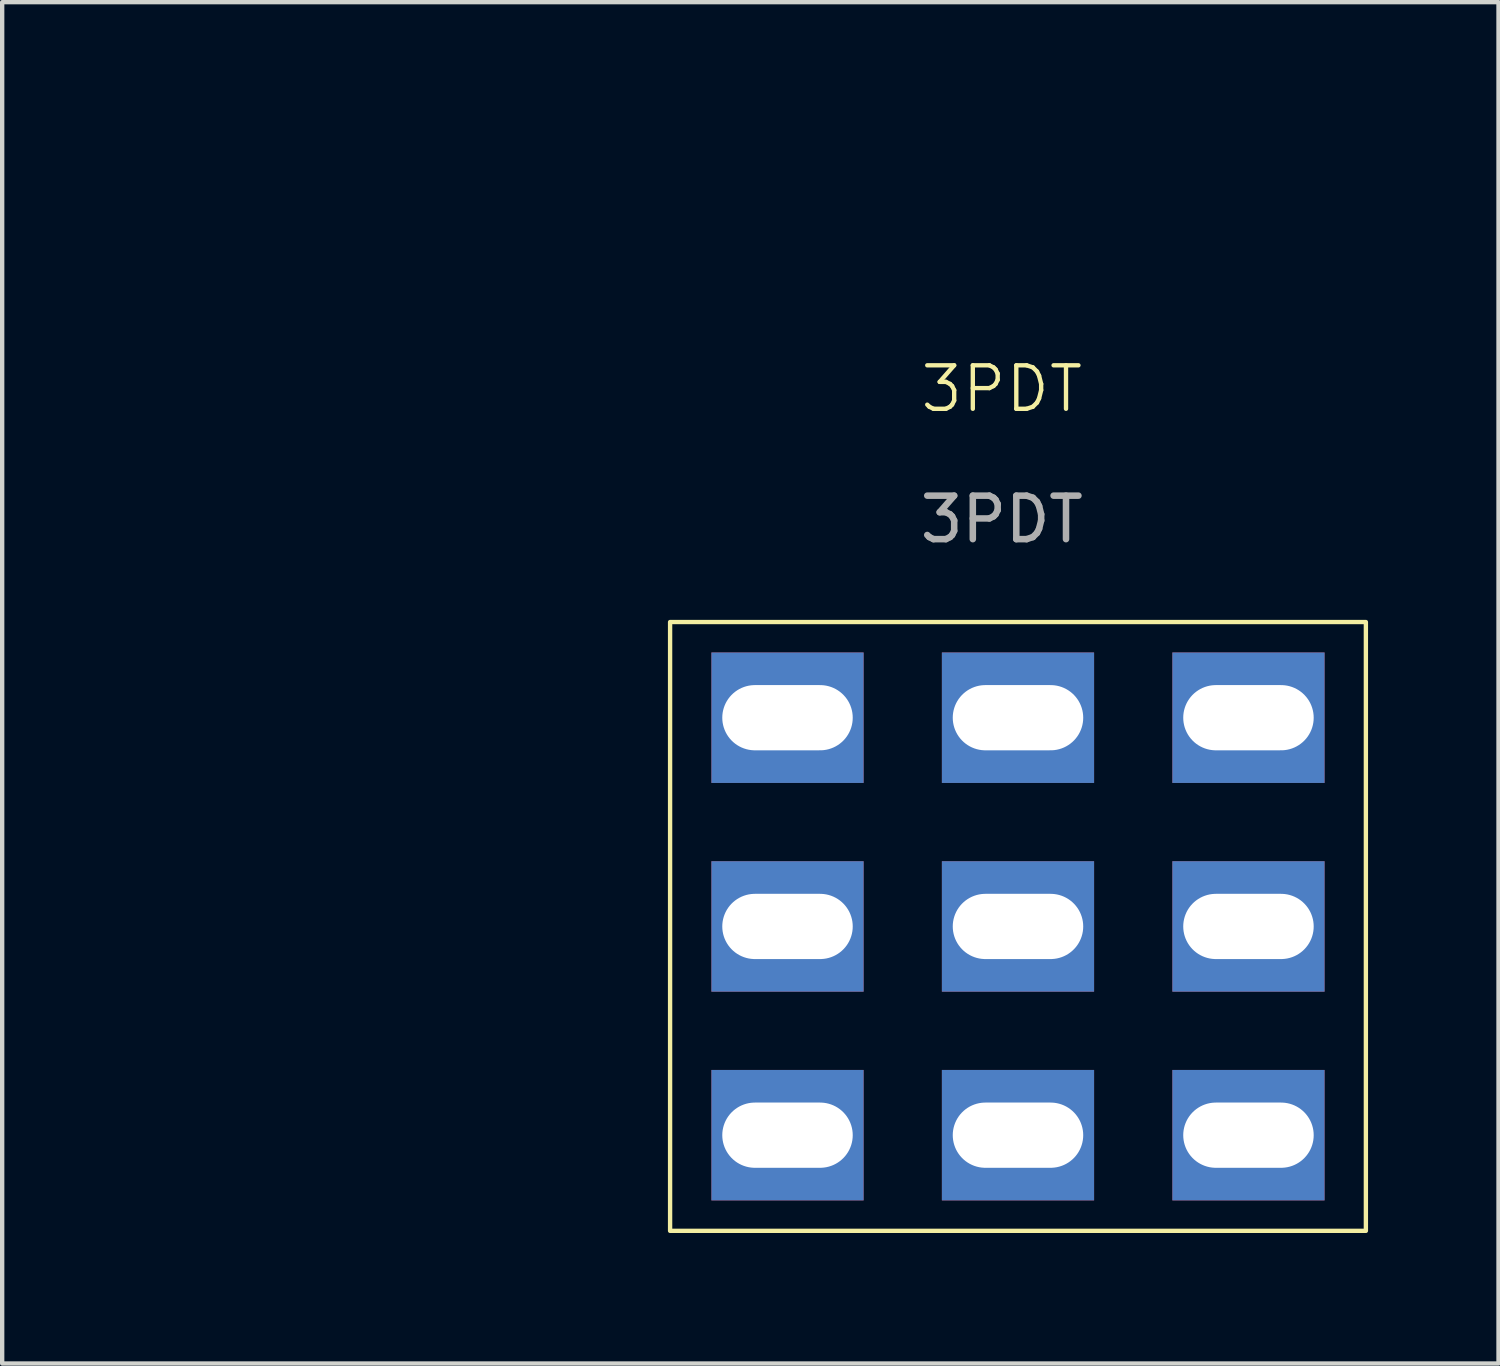
<source format=kicad_pcb>
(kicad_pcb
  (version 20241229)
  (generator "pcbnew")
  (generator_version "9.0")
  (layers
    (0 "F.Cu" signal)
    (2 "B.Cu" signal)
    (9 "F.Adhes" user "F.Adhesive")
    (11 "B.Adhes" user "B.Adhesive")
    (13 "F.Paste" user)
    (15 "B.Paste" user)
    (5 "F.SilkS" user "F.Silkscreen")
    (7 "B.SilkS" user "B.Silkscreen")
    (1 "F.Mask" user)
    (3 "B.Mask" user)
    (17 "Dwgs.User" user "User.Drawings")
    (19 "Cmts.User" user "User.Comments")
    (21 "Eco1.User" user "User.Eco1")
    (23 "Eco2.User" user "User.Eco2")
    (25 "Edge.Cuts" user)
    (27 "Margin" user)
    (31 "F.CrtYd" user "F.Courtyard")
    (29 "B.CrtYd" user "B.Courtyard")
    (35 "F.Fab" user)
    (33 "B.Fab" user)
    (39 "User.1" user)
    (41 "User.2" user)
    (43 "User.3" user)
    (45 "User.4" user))
  (footprint "3PDT"
    (layer "F.Cu")
    (at 20.359 18.254)
    (property "Reference" "3PDT" (at -0.372 -12.361 0) (unlocked yes) (layer "F.SilkS") (effects (font (size 1 1) (thickness 0.1))))
    (attr smd)
    (fp_rect (start -8 -7) (end 8 7) (stroke (width 0.1) (type default)) (fill no) (layer "F.SilkS"))
    (fp_text user "${REFERENCE}" (at -0.372 -9.361 0) (unlocked yes) (layer "F.Fab") (effects (font (size 1 1) (thickness 0.15))))
    (dimension (type aligned) (layer "User.1") (pts (xy 13.809 12.254) (xy 13.809 24.854)) (height 7.725) (format (prefix "") (suffix "") (units 3) (units_format 1) (precision 4)) (style (thickness 0.1) (arrow_length 1.27) (text_position_mode 0) (arrow_direction outward) (extension_height 0.586) (extension_offset 0.5) (keep_text_aligned yes)) (gr_text "12.6000 mm" (at 4.935 18.554 90) (layer "User.1") (effects (font (size 1 1) (thickness 0.15)))))
    (dimension (type aligned) (layer "User.1") (pts (xy 15.559 13.754) (xy 26.159 13.754)) (height -8.911) (format (prefix "") (suffix "") (units 3) (units_format 1) (precision 4)) (style (thickness 0.1) (arrow_length 1.27) (text_position_mode 0) (arrow_direction outward) (extension_height 0.586) (extension_offset 0.5) (keep_text_aligned yes)) (gr_text "10.6000 mm" (at 20.859 3.693 0) (layer "User.1") (effects (font (size 1 1) (thickness 0.15)))))
    (dimension (type aligned) (layer "User.1") (pts (xy 13.809 13.754) (xy 13.809 23.354)) (height 5.642) (format (prefix "") (suffix "") (units 3) (units_format 1) (precision 4)) (style (thickness 0.1) (arrow_length 1.27) (text_position_mode 0) (arrow_direction outward) (extension_height 0.586) (extension_offset 0.5) (keep_text_aligned yes)) (gr_text "9.6000 mm" (at 7.017 18.554 90) (layer "User.1") (effects (font (size 1 1) (thickness 0.15)))))
    (dimension (type aligned) (layer "User.1") (pts (xy 27.909 13.754) (xy 13.809 13.754)) (height 11.756) (format (prefix "") (suffix "") (units 3) (units_format 1) (precision 4)) (style (thickness 0.1) (arrow_length 1.27) (text_position_mode 0) (arrow_direction outward) (extension_height 0.586) (extension_offset 0.5) (keep_text_aligned yes)) (gr_text "14.1000 mm" (at 20.859 0.848 0) (layer "User.1") (effects (font (size 1 1) (thickness 0.15)))))
    (pad "1" thru_hole rect (at -5.3 4.8) (size 3.5 3) (drill oval 3 1.5) (layers "*.Cu" "*.Mask"))
    (pad "2" thru_hole rect (at -5.3 0) (size 3.5 3) (drill oval 3 1.5) (layers "*.Cu" "*.Mask"))
    (pad "3" thru_hole rect (at -5.3 -4.8) (size 3.5 3) (drill oval 3 1.5) (layers "*.Cu" "*.Mask"))
    (pad "4" thru_hole rect (at 0 4.8) (size 3.5 3) (drill oval 3 1.5) (layers "*.Cu" "*.Mask"))
    (pad "5" thru_hole rect (at 0 0) (size 3.5 3) (drill oval 3 1.5) (layers "*.Cu" "*.Mask"))
    (pad "6" thru_hole rect (at 0 -4.8) (size 3.5 3) (drill oval 3 1.5) (layers "*.Cu" "*.Mask"))
    (pad "7" thru_hole rect (at 5.3 4.8) (size 3.5 3) (drill oval 3 1.5) (layers "*.Cu" "*.Mask"))
    (pad "8" thru_hole rect (at 5.3 0) (size 3.5 3) (drill oval 3 1.5) (layers "*.Cu" "*.Mask"))
    (pad "9" thru_hole rect (at 5.3 -4.8) (size 3.5 3) (drill oval 3 1.5) (layers "*.Cu" "*.Mask")))
  (gr_rect
    (start -3 -3)
    (end 31.409 28.304)
    (stroke (width 0.1) (type default))
    (fill no)
    (layer "Edge.Cuts")))
</source>
